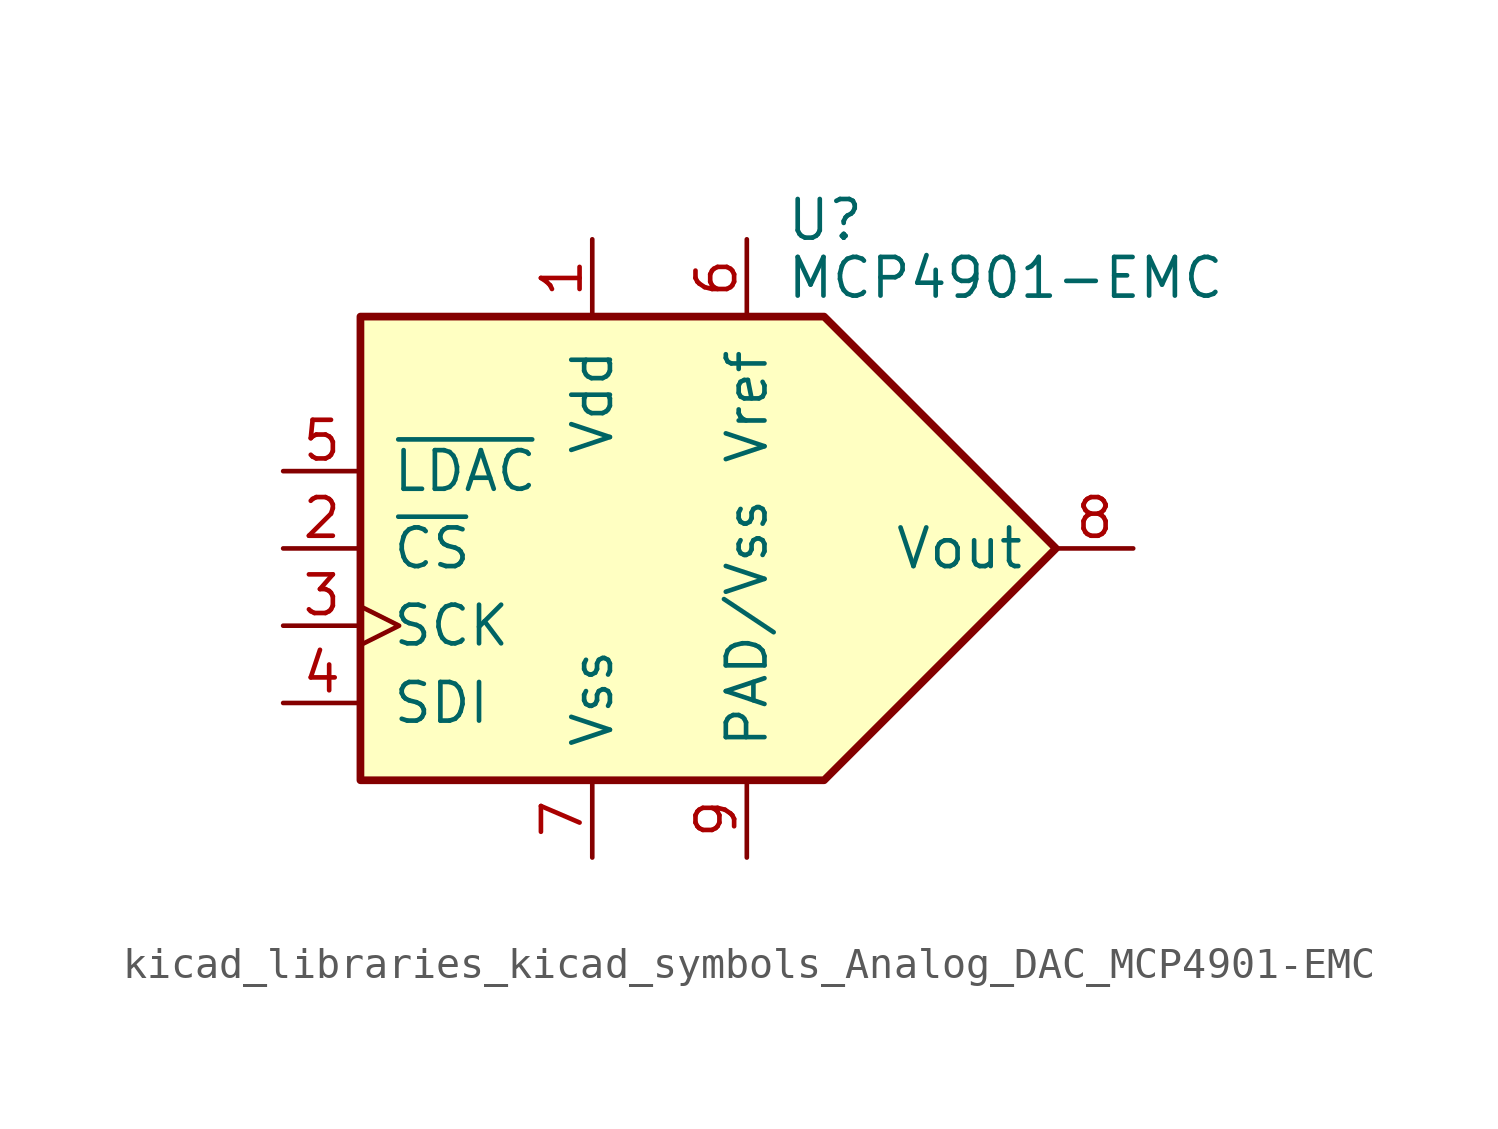
<source format=kicad_sym>
(kicad_symbol_lib
  (version 20220914)
  (generator kicad_symbol_editor)
  (symbol "kicad_libraries_kicad_symbols_Analog_DAC_MCP4901-EMC"
    (pin_names
      (offset 1.016))
    (property "Reference" "U"
      (at 6.35 10.795 0)
      (effects (font (size 1.27 1.27)) (justify left)))
    (property "Value" "MCP4901-EMC"
      (at 6.35 8.89 0)
      (effects (font (size 1.27 1.27)) (justify left)))
    (symbol "kicad_libraries_kicad_symbols_Analog_DAC_MCP4901-EMC_0_0"
      (polyline (pts (xy 15.24 0) (xy 7.62 7.62) (xy -7.62 7.62) (xy -7.62 -7.62) (xy 7.62 -7.62) (xy 15.24 0)) (stroke (width 0.254) (type default)) (fill (type background))))
    (symbol "kicad_libraries_kicad_symbols_Analog_DAC_MCP4901-EMC_1_1"
      (pin power_in line (at 0 10.16 270) (length 2.54) (name "Vdd" (effects (font (size 1.27 1.27)))) (number "1" (effects (font (size 1.27 1.27)))))
      (pin input line (at -10.16 0 0) (length 2.54) (name "~{CS}" (effects (font (size 1.27 1.27)))) (number "2" (effects (font (size 1.27 1.27)))))
      (pin input clock (at -10.16 -2.54 0) (length 2.54) (name "SCK" (effects (font (size 1.27 1.27)))) (number "3" (effects (font (size 1.27 1.27)))))
      (pin input line (at -10.16 -5.08 0) (length 2.54) (name "SDI" (effects (font (size 1.27 1.27)))) (number "4" (effects (font (size 1.27 1.27)))))
      (pin input line (at -10.16 2.54 0) (length 2.54) (name "~{LDAC}" (effects (font (size 1.27 1.27)))) (number "5" (effects (font (size 1.27 1.27)))))
      (pin power_in line (at 5.08 10.16 270) (length 2.54) (name "Vref" (effects (font (size 1.27 1.27)))) (number "6" (effects (font (size 1.27 1.27)))))
      (pin power_in line (at 0 -10.16 90) (length 2.54) (name "Vss" (effects (font (size 1.27 1.27)))) (number "7" (effects (font (size 1.27 1.27)))))
      (pin output line (at 17.78 0 180) (length 2.54) (name "Vout" (effects (font (size 1.27 1.27)))) (number "8" (effects (font (size 1.27 1.27)))))
      (pin power_in line (at 5.08 -10.16 90) (length 2.54) (name "PAD/Vss" (effects (font (size 1.27 1.27)))) (number "9" (effects (font (size 1.27 1.27))))))))
</source>
